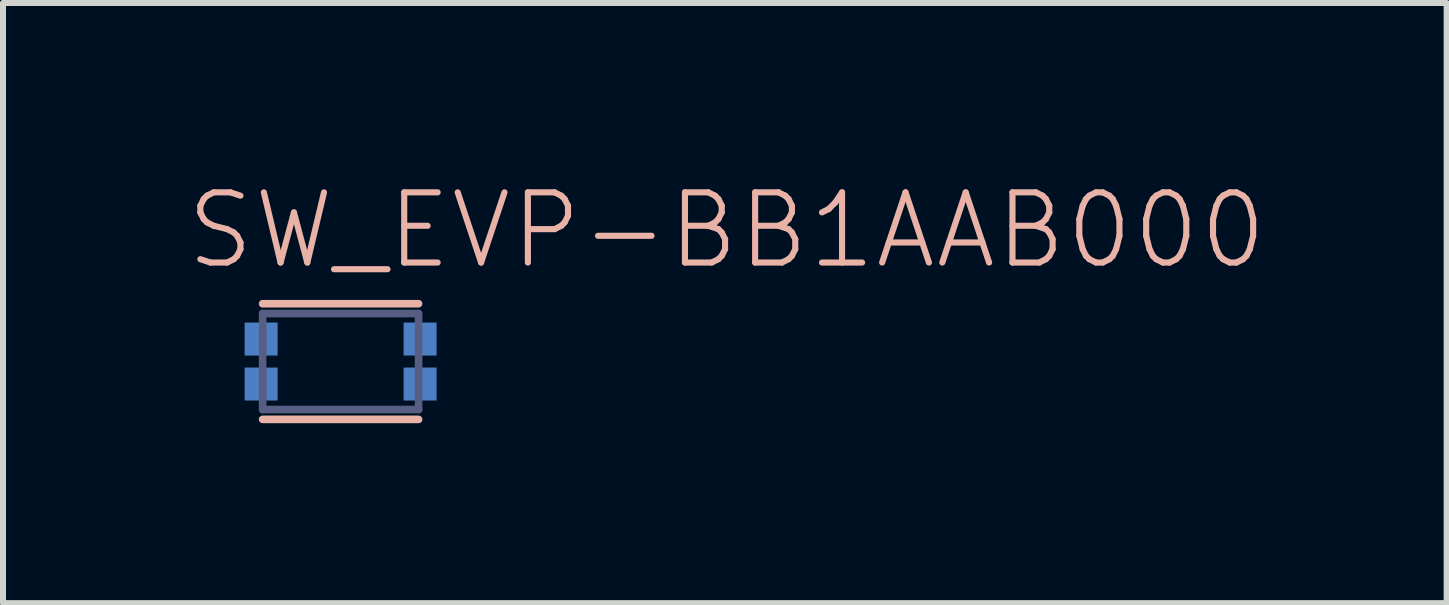
<source format=kicad_pcb>
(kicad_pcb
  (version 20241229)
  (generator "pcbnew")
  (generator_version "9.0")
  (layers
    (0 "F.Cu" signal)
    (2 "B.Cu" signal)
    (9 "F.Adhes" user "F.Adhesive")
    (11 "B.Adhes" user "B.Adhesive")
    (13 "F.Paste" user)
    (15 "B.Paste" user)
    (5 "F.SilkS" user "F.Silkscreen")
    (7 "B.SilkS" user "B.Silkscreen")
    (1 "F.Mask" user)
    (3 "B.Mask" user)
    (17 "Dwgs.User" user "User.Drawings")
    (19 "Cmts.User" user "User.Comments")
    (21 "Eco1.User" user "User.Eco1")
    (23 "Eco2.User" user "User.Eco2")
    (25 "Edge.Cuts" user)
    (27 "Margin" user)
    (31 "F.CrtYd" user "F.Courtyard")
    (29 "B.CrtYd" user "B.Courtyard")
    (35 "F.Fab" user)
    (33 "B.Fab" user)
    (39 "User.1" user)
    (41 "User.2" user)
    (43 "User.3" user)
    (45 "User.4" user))
  (footprint "SW_EVP-BB1AAB000"
    (layer "F.Cu")
    (at 2.628 2.977)
    (property "Reference" "SW_EVP-BB1AAB000" (at -2.628 -1.502 0) (layer "B.SilkS") (effects (font (size 1.17 1.17) (thickness 0.102)) (justify left bottom)))
    (fp_line (start -1.3 -0.964) (end 1.3 -0.964) (stroke (width 0.127) (type solid)) (layer "B.SilkS"))
    (fp_line (start -1.3 0.964) (end 1.3 0.964) (stroke (width 0.127) (type solid)) (layer "B.SilkS"))
    (fp_poly (pts (xy -1.095 -0.145) (xy -1.555 -0.145) (xy -1.555 -0.605) (xy -1.095 -0.605)) (stroke (width 0) (type solid)) (fill yes) (layer "B.Paste"))
    (fp_poly (pts (xy -1.095 0.605) (xy -1.555 0.605) (xy -1.555 0.145) (xy -1.095 0.145)) (stroke (width 0) (type solid)) (fill yes) (layer "B.Paste"))
    (fp_poly (pts (xy 1.555 -0.145) (xy 1.095 -0.145) (xy 1.095 -0.605) (xy 1.555 -0.605)) (stroke (width 0) (type solid)) (fill yes) (layer "B.Paste"))
    (fp_poly (pts (xy 1.555 0.605) (xy 1.095 0.605) (xy 1.095 0.145) (xy 1.555 0.145)) (stroke (width 0) (type solid)) (fill yes) (layer "B.Paste"))
    (fp_line (start -1.3 -0.8) (end 1.3 -0.8) (stroke (width 0.127) (type solid)) (layer "B.Fab"))
    (fp_line (start -1.3 0.8) (end -1.3 -0.8) (stroke (width 0.127) (type solid)) (layer "B.Fab"))
    (fp_line (start 1.3 -0.8) (end 1.3 0.8) (stroke (width 0.127) (type solid)) (layer "B.Fab"))
    (fp_line (start 1.3 0.8) (end -1.3 0.8) (stroke (width 0.127) (type solid)) (layer "B.Fab"))
    (pad "A1" smd rect (at -1.325 -0.375) (size 0.55 0.55) (layers "B.Cu" "B.Mask"))
    (pad "A2" smd rect (at -1.325 0.375) (size 0.55 0.55) (layers "B.Cu" "B.Mask"))
    (pad "B1" smd rect (at 1.325 -0.375) (size 0.55 0.55) (layers "B.Cu" "B.Mask"))
    (pad "B2" smd rect (at 1.325 0.375) (size 0.55 0.55) (layers "B.Cu" "B.Mask")))
  (gr_rect
    (start -3 -3)
    (end 21.066 7.004)
    (stroke (width 0.1) (type default))
    (fill no)
    (layer "Edge.Cuts")))
</source>
